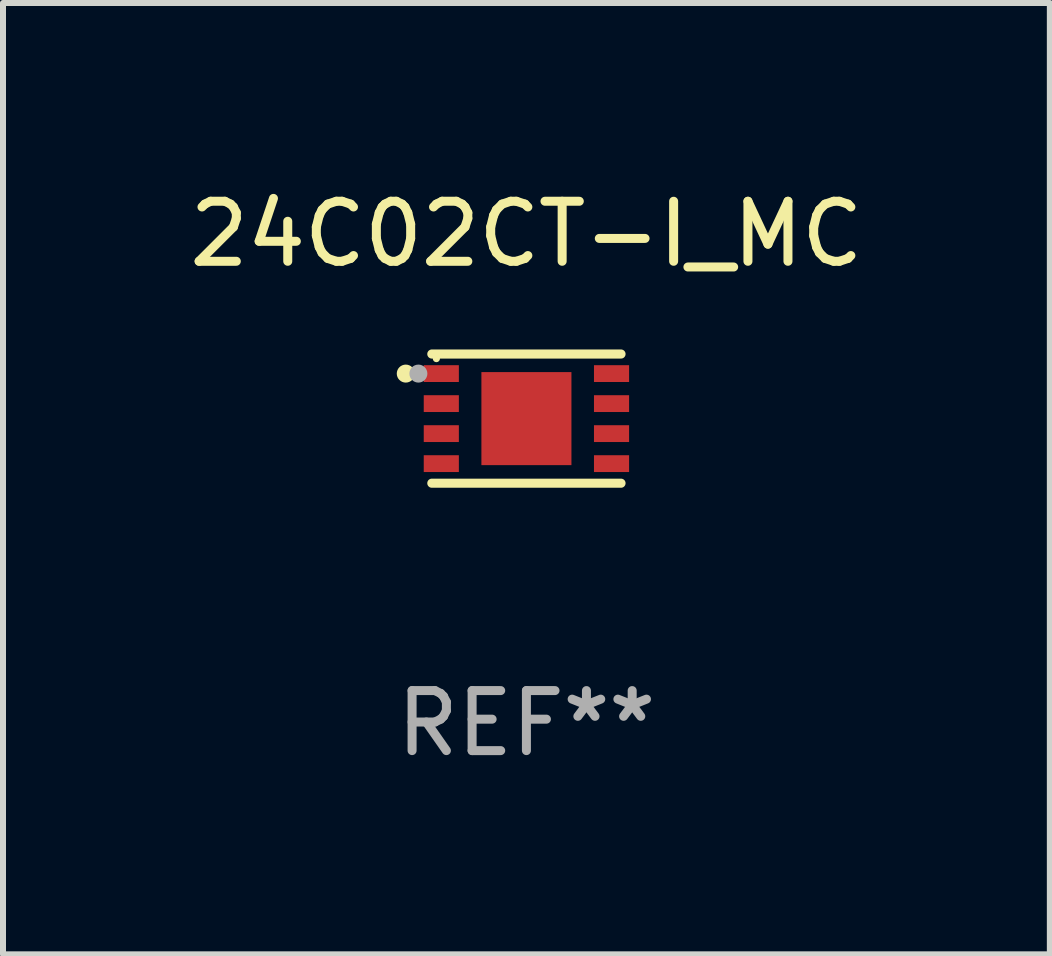
<source format=kicad_pcb>
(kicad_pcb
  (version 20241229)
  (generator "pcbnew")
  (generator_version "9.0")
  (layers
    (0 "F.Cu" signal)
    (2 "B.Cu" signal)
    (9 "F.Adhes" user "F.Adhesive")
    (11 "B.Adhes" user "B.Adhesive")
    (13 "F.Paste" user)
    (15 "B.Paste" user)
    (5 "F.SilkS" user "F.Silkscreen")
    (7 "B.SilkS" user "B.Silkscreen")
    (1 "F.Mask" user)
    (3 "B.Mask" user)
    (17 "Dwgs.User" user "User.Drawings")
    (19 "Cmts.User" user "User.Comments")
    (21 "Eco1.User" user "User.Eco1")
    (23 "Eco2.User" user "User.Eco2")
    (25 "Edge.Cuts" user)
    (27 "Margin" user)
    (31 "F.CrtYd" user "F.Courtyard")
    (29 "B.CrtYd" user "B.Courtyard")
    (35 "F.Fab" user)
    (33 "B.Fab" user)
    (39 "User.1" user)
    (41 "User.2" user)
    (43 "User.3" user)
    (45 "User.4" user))
  (footprint "24C02CT-I_MC"
    (layer "F.Cu")
    (at 5.72 3.924)
    (property "Reference" "24C02CT-I_MC" (at 0 -3.076 0) (layer "F.SilkS") (effects (font (size 1 1) (thickness 0.15))))
    (attr through_hole)
    (fp_line (start -1.576 -1.076) (end 1.576 -1.076) (stroke (width 0.152) (type solid)) (layer "F.SilkS"))
    (fp_line (start -1.576 1.076) (end 1.576 1.076) (stroke (width 0.152) (type solid)) (layer "F.SilkS"))
    (fp_circle (center -2.01 -0.75) (end -1.935 -0.75) (stroke (width 0.15) (type solid)) (fill no) (layer "F.SilkS"))
    (fp_circle (center -1.5 -1) (end -1.47 -1) (stroke (width 0.06) (type solid)) (fill no) (layer "F.SilkS"))
    (fp_circle (center -1.8 -0.75) (end -1.725 -0.75) (stroke (width 0.15) (type solid)) (fill no) (layer "F.Fab"))
    (fp_text user "REF**" (at 0 5.076 0) (layer "F.Fab") (effects (font (size 1 1) (thickness 0.15))))
    (pad "1" smd rect (at -1.418 -0.75) (size 0.585 0.28) (layers "F.Cu" "F.Mask" "F.Paste"))
    (pad "2" smd rect (at -1.418 -0.25) (size 0.585 0.28) (layers "F.Cu" "F.Mask" "F.Paste"))
    (pad "3" smd rect (at -1.418 0.25) (size 0.585 0.28) (layers "F.Cu" "F.Mask" "F.Paste"))
    (pad "4" smd rect (at -1.418 0.75) (size 0.585 0.28) (layers "F.Cu" "F.Mask" "F.Paste"))
    (pad "5" smd rect (at 1.418 0.75) (size 0.585 0.28) (layers "F.Cu" "F.Mask" "F.Paste"))
    (pad "6" smd rect (at 1.418 0.25) (size 0.585 0.28) (layers "F.Cu" "F.Mask" "F.Paste"))
    (pad "7" smd rect (at 1.418 -0.25) (size 0.585 0.28) (layers "F.Cu" "F.Mask" "F.Paste"))
    (pad "8" smd rect (at 1.418 -0.75) (size 0.585 0.28) (layers "F.Cu" "F.Mask" "F.Paste"))
    (pad "9" smd rect (at 0 0) (size 1.5 1.55) (layers "F.Cu" "F.Mask" "F.Paste")))
  (gr_rect
    (start -3 -3)
    (end 14.44 12.849)
    (stroke (width 0.1) (type default))
    (fill no)
    (layer "Edge.Cuts")))
</source>
